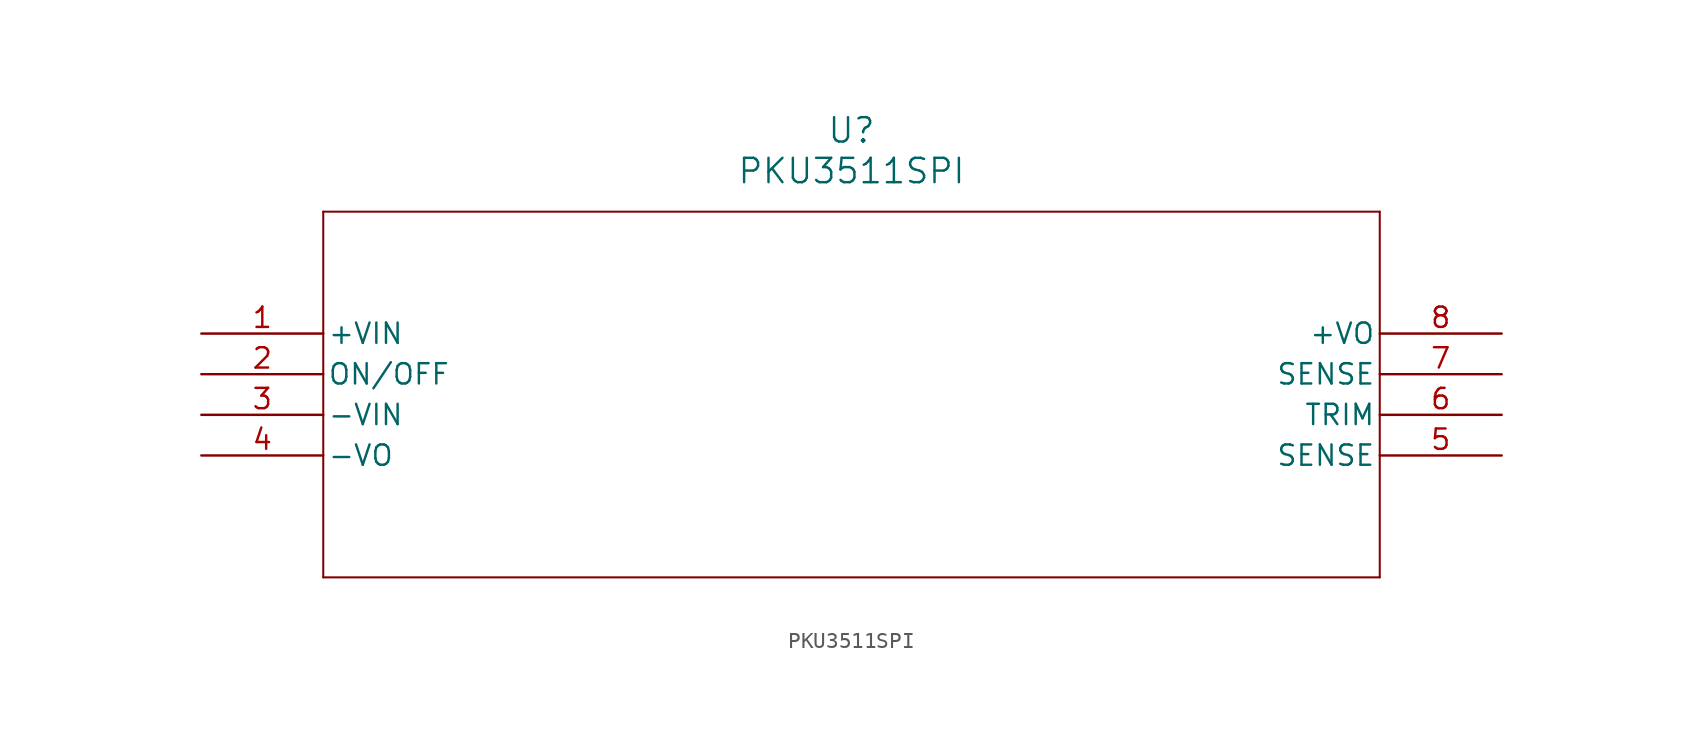
<source format=kicad_sym>
(kicad_symbol_lib
  (version 20211014)
  (generator kicad_symbol_editor)
  (symbol "PKU3511SPI"
    (pin_names
      (offset 0.254))
    (property "Reference" "U"
      (at 40.64 12.7 0)
      (effects (font (size 1.524 1.524))))
    (property "Value" "PKU3511SPI"
      (at 40.64 10.16 0)
      (effects (font (size 1.524 1.524))))
    (property "ki_locked" ""
      (at 0 0 0)
      (effects (font (size 1.27 1.27))))
    (symbol "PKU3511SPI_0_1"
      (polyline (pts (xy 7.62 -15.24) (xy 73.66 -15.24)) (stroke (width 0.127) (type default) (color 0 0 0 0)) (fill (type none)))
      (polyline (pts (xy 7.62 7.62) (xy 7.62 -15.24)) (stroke (width 0.127) (type default) (color 0 0 0 0)) (fill (type none)))
      (polyline (pts (xy 73.66 -15.24) (xy 73.66 7.62)) (stroke (width 0.127) (type default) (color 0 0 0 0)) (fill (type none)))
      (polyline (pts (xy 73.66 7.62) (xy 7.62 7.62)) (stroke (width 0.127) (type default) (color 0 0 0 0)) (fill (type none)))
      (pin unspecified line (at 0 0 0) (length 7.62) (name "+VIN" (effects (font (size 1.27 1.27)))) (number "1" (effects (font (size 1.27 1.27)))))
      (pin unspecified line (at 0 -2.54 0) (length 7.62) (name "ON/OFF" (effects (font (size 1.27 1.27)))) (number "2" (effects (font (size 1.27 1.27)))))
      (pin unspecified line (at 0 -5.08 0) (length 7.62) (name "-VIN" (effects (font (size 1.27 1.27)))) (number "3" (effects (font (size 1.27 1.27)))))
      (pin unspecified line (at 0 -7.62 0) (length 7.62) (name "-VO" (effects (font (size 1.27 1.27)))) (number "4" (effects (font (size 1.27 1.27)))))
      (pin unspecified line (at 81.28 -7.62 180) (length 7.62) (name "SENSE" (effects (font (size 1.27 1.27)))) (number "5" (effects (font (size 1.27 1.27)))))
      (pin unspecified line (at 81.28 -5.08 180) (length 7.62) (name "TRIM" (effects (font (size 1.27 1.27)))) (number "6" (effects (font (size 1.27 1.27)))))
      (pin unspecified line (at 81.28 -2.54 180) (length 7.62) (name "SENSE" (effects (font (size 1.27 1.27)))) (number "7" (effects (font (size 1.27 1.27)))))
      (pin unspecified line (at 81.28 0 180) (length 7.62) (name "+VO" (effects (font (size 1.27 1.27)))) (number "8" (effects (font (size 1.27 1.27))))))))
</source>
